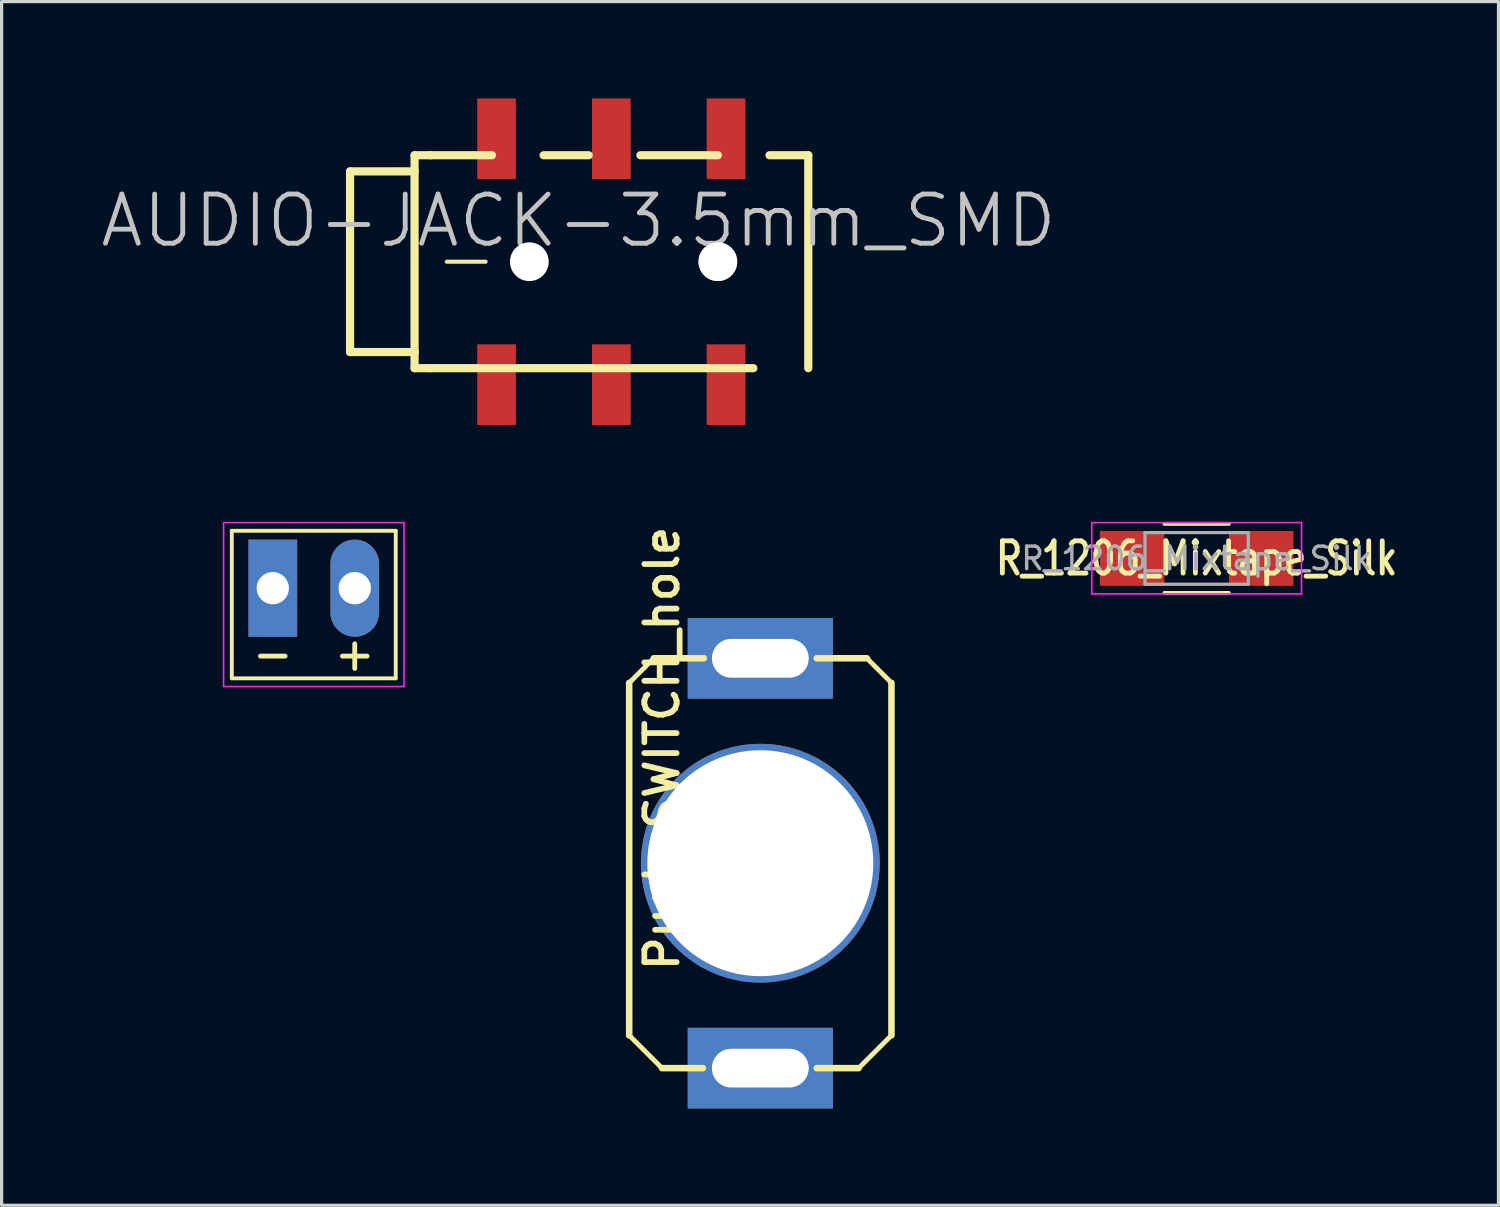
<source format=kicad_pcb>
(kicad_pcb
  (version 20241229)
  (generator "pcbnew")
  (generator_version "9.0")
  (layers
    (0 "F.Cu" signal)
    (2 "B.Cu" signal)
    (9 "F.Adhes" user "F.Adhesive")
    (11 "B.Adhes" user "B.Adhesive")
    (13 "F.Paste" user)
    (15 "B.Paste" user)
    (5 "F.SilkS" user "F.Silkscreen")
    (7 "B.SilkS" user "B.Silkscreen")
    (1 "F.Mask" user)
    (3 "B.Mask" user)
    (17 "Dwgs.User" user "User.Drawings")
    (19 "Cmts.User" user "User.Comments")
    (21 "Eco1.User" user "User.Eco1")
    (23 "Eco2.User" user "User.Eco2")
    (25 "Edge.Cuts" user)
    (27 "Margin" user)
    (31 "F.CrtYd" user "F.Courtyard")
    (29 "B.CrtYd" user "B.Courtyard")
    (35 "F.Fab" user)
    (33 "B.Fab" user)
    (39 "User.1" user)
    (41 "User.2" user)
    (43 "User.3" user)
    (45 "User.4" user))
  (footprint "R_1206_Mixtape_Silk"
    (layer "F.Cu")
    (at 34.031 14.254)
    (property "Reference" "R_1206_Mixtape_Silk" (at 0 0 0) (layer "F.SilkS") (effects (font (size 1 0.8) (thickness 0.15))))
    (attr smd)
    (fp_line (start -1 -1.07) (end 1 -1.07) (stroke (width 0.12) (type solid)) (layer "F.SilkS"))
    (fp_line (start 1 1.07) (end -1 1.07) (stroke (width 0.12) (type solid)) (layer "F.SilkS"))
    (fp_line (start -3.25 -1.11) (end -3.25 1.1) (stroke (width 0.05) (type solid)) (layer "F.CrtYd"))
    (fp_line (start -3.25 -1.11) (end 3.25 -1.11) (stroke (width 0.05) (type solid)) (layer "F.CrtYd"))
    (fp_line (start 3.25 1.1) (end -3.25 1.1) (stroke (width 0.05) (type solid)) (layer "F.CrtYd"))
    (fp_line (start 3.25 1.1) (end 3.25 -1.11) (stroke (width 0.05) (type solid)) (layer "F.CrtYd"))
    (fp_line (start -1.6 -0.8) (end 1.6 -0.8) (stroke (width 0.1) (type solid)) (layer "F.Fab"))
    (fp_line (start -1.6 0.8) (end -1.6 -0.8) (stroke (width 0.1) (type solid)) (layer "F.Fab"))
    (fp_line (start 1.6 -0.8) (end 1.6 0.8) (stroke (width 0.1) (type solid)) (layer "F.Fab"))
    (fp_line (start 1.6 0.8) (end -1.6 0.8) (stroke (width 0.1) (type solid)) (layer "F.Fab"))
    (fp_text user "${REFERENCE}" (at 0 0 0) (layer "F.Fab") (effects (font (size 0.7 0.7) (thickness 0.105))))
    (pad "1" smd rect (at -2 0) (size 2 1.7) (layers "F.Cu" "F.Mask"))
    (pad "2" smd rect (at 2 0) (size 2 1.7) (layers "F.Cu" "F.Mask" "F.Paste")))
  (footprint "Push_SWITCH_hole"
    (layer "F.Cu")
    (at 20.511 23.699)
    (property "Reference" "Push_SWITCH_hole" (at -3.048 -3.556 270) (layer "F.SilkS") (effects (font (size 1 1) (thickness 0.178))))
    (attr exclude_from_pos_files exclude_from_bom)
    (fp_line (start -4.064 -5.588) (end -4.064 5.334) (stroke (width 0.203) (type solid)) (layer "F.SilkS"))
    (fp_line (start -4.064 5.334) (end -3.048 6.35) (stroke (width 0.15) (type solid)) (layer "F.SilkS"))
    (fp_line (start -3.302 -6.35) (end -4.064 -5.588) (stroke (width 0.15) (type solid)) (layer "F.SilkS"))
    (fp_line (start -1.778 6.35) (end -3.048 6.35) (stroke (width 0.203) (type solid)) (layer "F.SilkS"))
    (fp_line (start -1.748 -6.35) (end -3.302 -6.35) (stroke (width 0.203) (type solid)) (layer "F.SilkS"))
    (fp_line (start 3.048 6.35) (end 1.748 6.35) (stroke (width 0.203) (type solid)) (layer "F.SilkS"))
    (fp_line (start 3.302 -6.35) (end 1.748 -6.35) (stroke (width 0.203) (type solid)) (layer "F.SilkS"))
    (fp_line (start 3.302 -6.35) (end 4.064 -5.588) (stroke (width 0.15) (type solid)) (layer "F.SilkS"))
    (fp_line (start 4.064 5.334) (end 3.048 6.35) (stroke (width 0.15) (type solid)) (layer "F.SilkS"))
    (fp_line (start 4.064 5.334) (end 4.064 -5.588) (stroke (width 0.203) (type solid)) (layer "F.SilkS"))
    (fp_circle (center 0 0) (end -1.27 2.794) (stroke (width 0.15) (type solid)) (fill no) (layer "Dwgs.User"))
    (fp_circle (center 0 0) (end -1.524 1.778) (stroke (width 0.15) (type solid)) (fill no) (layer "Eco2.User"))
    (pad "" thru_hole circle (at 0 0) (size 7.4 7.4) (drill 7) (layers "*.Cu" "*.Mask"))
    (pad "1" thru_hole rect (at 0 -6.35) (size 4.5 2.5) (drill oval 3 1.2) (layers "F.Cu" "F.Mask"))
    (pad "2" thru_hole rect (at 0 6.35) (size 4.5 2.5) (drill oval 3 1.2) (layers "F.Cu" "F.Mask")))
  (footprint "AUDIO-JACK-3.5mm_SMD"
    (layer "F.Cu")
    (at 9.797 5.06)
    (property "Reference" "AUDIO-JACK-3.5mm_SMD" (at 5.08 -1.27 0) (layer "Dwgs.User") (effects (font (size 1.524 1.524) (thickness 0.15))))
    (attr smd)
    (fp_line (start -1.999 -2.799) (end -1.999 2.799) (stroke (width 0.254) (type solid)) (layer "F.SilkS"))
    (fp_line (start -1.999 2.799) (end 0 2.799) (stroke (width 0.254) (type solid)) (layer "F.SilkS"))
    (fp_line (start 0 -3.299) (end 0 -2.799) (stroke (width 0.254) (type solid)) (layer "F.SilkS"))
    (fp_line (start 0 -2.799) (end -1.999 -2.799) (stroke (width 0.254) (type solid)) (layer "F.SilkS"))
    (fp_line (start 0 -2.799) (end 0 2.799) (stroke (width 0.254) (type solid)) (layer "F.SilkS"))
    (fp_line (start 0 2.799) (end 0 3.299) (stroke (width 0.254) (type solid)) (layer "F.SilkS"))
    (fp_line (start 0 3.299) (end 0.498 3.299) (stroke (width 0.254) (type solid)) (layer "F.SilkS"))
    (fp_line (start 0.498 -3.299) (end 0 -3.299) (stroke (width 0.254) (type solid)) (layer "F.SilkS"))
    (fp_line (start 0.498 -3.299) (end 2.398 -3.299) (stroke (width 0.254) (type solid)) (layer "F.SilkS"))
    (fp_line (start 0.498 3.299) (end 10.498 3.299) (stroke (width 0.254) (type solid)) (layer "F.SilkS"))
    (fp_line (start 0.998 0) (end 2.2 0) (stroke (width 0.127) (type solid)) (layer "F.SilkS"))
    (fp_line (start 3.998 -3.299) (end 5.397 -3.299) (stroke (width 0.254) (type solid)) (layer "F.SilkS"))
    (fp_line (start 6.998 -3.299) (end 9.398 -3.299) (stroke (width 0.254) (type solid)) (layer "F.SilkS"))
    (fp_line (start 12.2 -3.299) (end 10.998 -3.299) (stroke (width 0.254) (type solid)) (layer "F.SilkS"))
    (fp_line (start 12.2 -3.299) (end 12.2 3.299) (stroke (width 0.254) (type solid)) (layer "F.SilkS"))
    (pad "" np_thru_hole circle (at 3.556 0) (size 1.2 1.2) (drill 1.2) (layers "*.Cu" "*.Mask"))
    (pad "0" thru_hole circle (at 9.398 0) (size 1.2 1.2) (drill 1.2) (layers "*.Cu" "*.Mask"))
    (pad "1" smd rect (at 2.54 -3.81) (size 1.199 2.499) (layers "F.Cu" "F.Mask" "F.Paste"))
    (pad "1" smd rect (at 2.54 3.81) (size 1.199 2.499) (layers "F.Cu" "F.Mask" "F.Paste"))
    (pad "2" smd rect (at 9.652 -3.81) (size 1.199 2.499) (layers "F.Cu" "F.Mask" "F.Paste"))
    (pad "2" smd rect (at 9.652 3.81) (size 1.199 2.499) (layers "F.Cu" "F.Mask" "F.Paste"))
    (pad "3" smd rect (at 6.096 -3.81) (size 1.199 2.499) (layers "F.Cu" "F.Mask" "F.Paste"))
    (pad "3" smd rect (at 6.096 3.81) (size 1.199 2.499) (layers "F.Cu" "F.Mask" "F.Paste")))
  (footprint "Bat_connector+-"
    (layer "F.Cu")
    (at 5.403 15.176)
    (property "Reference" "Bat_connector+-" (at 1.27 -1.016 0) (layer "Eco2.User") (effects (font (size 1 1) (thickness 0.15))))
    (attr through_hole)
    (fp_line (start -1.27 -1.778) (end -1.27 2.794) (stroke (width 0.12) (type solid)) (layer "F.SilkS"))
    (fp_line (start -1.27 -1.778) (end 3.81 -1.778) (stroke (width 0.12) (type solid)) (layer "F.SilkS"))
    (fp_line (start 3.81 -1.778) (end 3.81 2.794) (stroke (width 0.12) (type solid)) (layer "F.SilkS"))
    (fp_line (start 3.81 2.794) (end -1.27 2.794) (stroke (width 0.12) (type solid)) (layer "F.SilkS"))
    (fp_line (start -1.524 -2.032) (end -1.524 3.048) (stroke (width 0.05) (type solid)) (layer "F.CrtYd"))
    (fp_line (start -1.524 -2.032) (end 4.064 -2.032) (stroke (width 0.05) (type solid)) (layer "F.CrtYd"))
    (fp_line (start 4.064 3.048) (end -1.524 3.048) (stroke (width 0.05) (type solid)) (layer "F.CrtYd"))
    (fp_line (start 4.064 3.048) (end 4.064 -2.032) (stroke (width 0.05) (type solid)) (layer "F.CrtYd"))
    (fp_text user "-" (at 0 2.032 0) (layer "F.SilkS") (effects (font (size 1 1) (thickness 0.15))))
    (fp_text user "+" (at 2.54 2.032 0) (layer "F.SilkS") (effects (font (size 1 1) (thickness 0.15))))
    (pad "1" thru_hole oval (at 2.54 0) (size 1.51 3.01) (drill 1) (layers "*.Cu" "*.Mask"))
    (pad "2" thru_hole rect (at 0 0) (size 1.51 3.01) (drill 1) (layers "*.Cu" "*.Mask")))
  (gr_rect
    (start -3 -3)
    (end 43.385 34.299)
    (stroke (width 0.1) (type default))
    (fill no)
    (layer "Edge.Cuts")))
</source>
